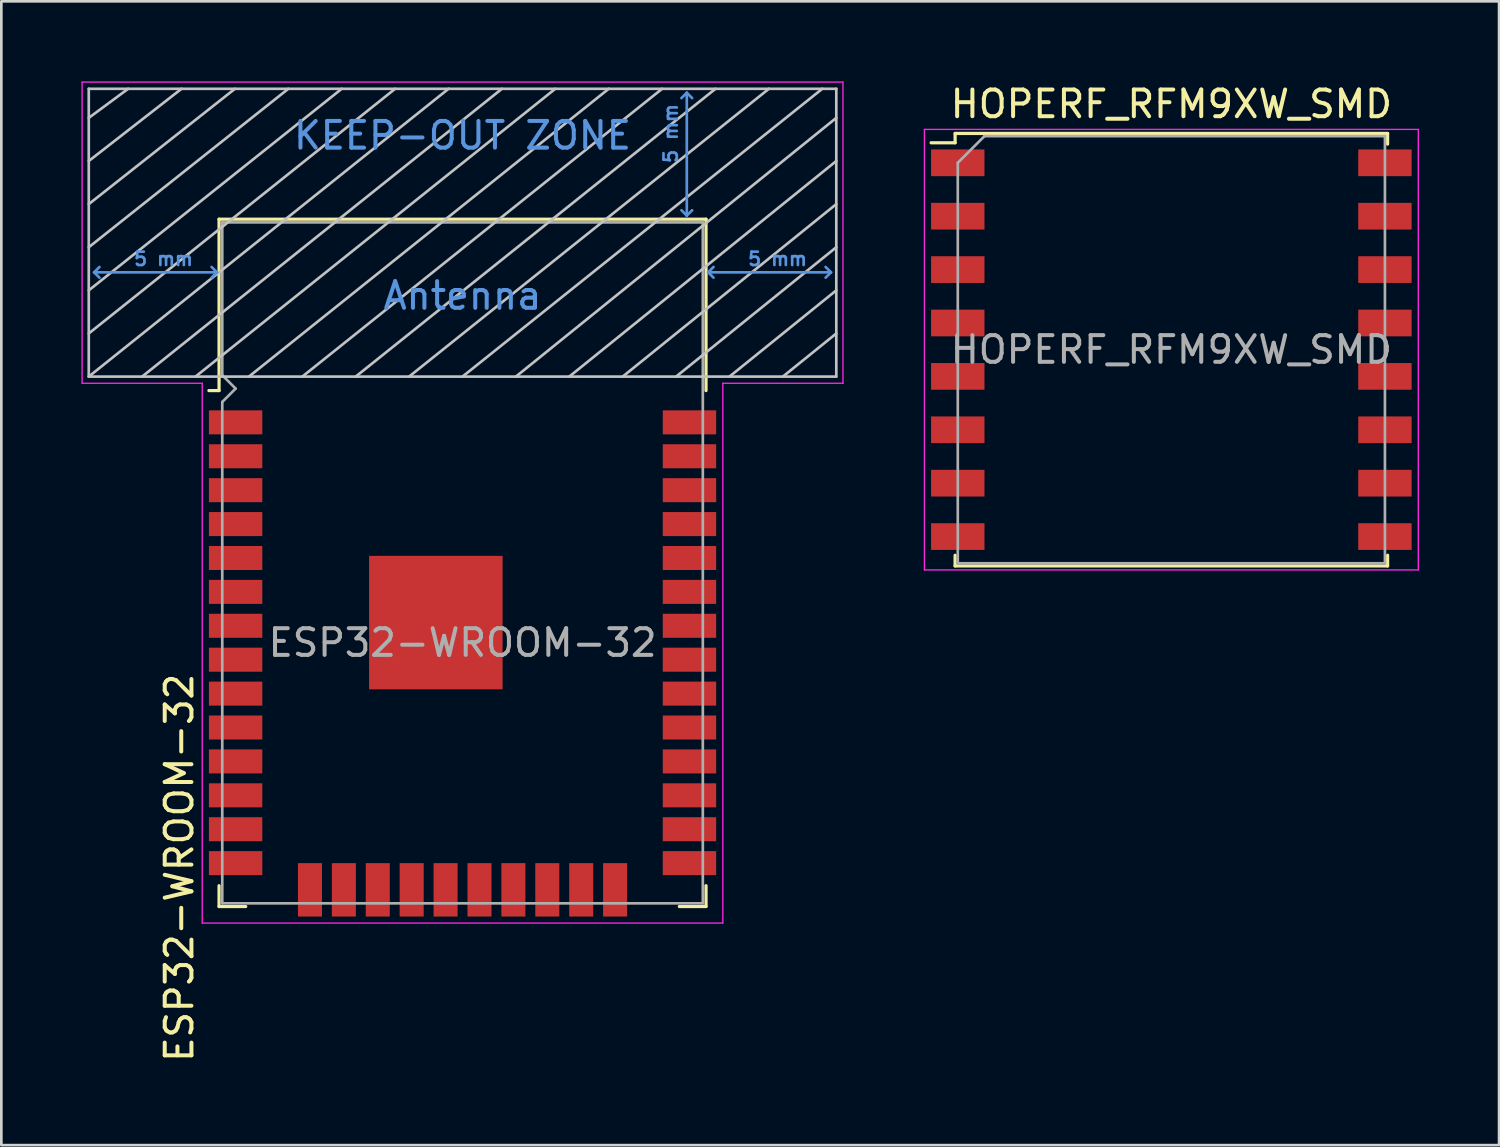
<source format=kicad_pcb>
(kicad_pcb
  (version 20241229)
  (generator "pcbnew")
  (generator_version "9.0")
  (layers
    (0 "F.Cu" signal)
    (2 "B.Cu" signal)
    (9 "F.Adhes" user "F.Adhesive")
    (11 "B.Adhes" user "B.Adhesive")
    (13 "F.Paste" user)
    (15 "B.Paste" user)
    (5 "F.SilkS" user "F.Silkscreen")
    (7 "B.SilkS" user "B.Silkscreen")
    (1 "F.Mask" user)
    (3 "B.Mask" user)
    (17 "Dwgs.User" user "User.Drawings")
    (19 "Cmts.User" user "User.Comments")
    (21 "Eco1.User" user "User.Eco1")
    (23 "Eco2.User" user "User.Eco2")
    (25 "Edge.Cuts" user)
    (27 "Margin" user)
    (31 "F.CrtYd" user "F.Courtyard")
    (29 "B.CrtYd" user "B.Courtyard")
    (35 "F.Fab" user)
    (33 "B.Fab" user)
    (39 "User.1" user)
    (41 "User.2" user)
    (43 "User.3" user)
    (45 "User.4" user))
  (footprint "ESP32-WROOM-32"
    (layer "F.Cu")
    (at 14.275 21.025)
    (property "Reference" "ESP32-WROOM-32" (at -10.61 8.43 90) (layer "F.SilkS") (effects (font (size 1 1) (thickness 0.15))))
    (attr smd)
    (fp_line (start -9.12 -15.865) (end -9.12 -9.445) (stroke (width 0.12) (type solid)) (layer "F.SilkS"))
    (fp_line (start -9.12 -15.865) (end 9.12 -15.865) (stroke (width 0.12) (type solid)) (layer "F.SilkS"))
    (fp_line (start -9.12 -9.445) (end -9.5 -9.445) (stroke (width 0.12) (type solid)) (layer "F.SilkS"))
    (fp_line (start -9.12 9.1) (end -9.12 9.88) (stroke (width 0.12) (type solid)) (layer "F.SilkS"))
    (fp_line (start -9.12 9.88) (end -8.12 9.88) (stroke (width 0.12) (type solid)) (layer "F.SilkS"))
    (fp_line (start 9.12 -15.865) (end 9.12 -9.445) (stroke (width 0.12) (type solid)) (layer "F.SilkS"))
    (fp_line (start 9.12 9.1) (end 9.12 9.88) (stroke (width 0.12) (type solid)) (layer "F.SilkS"))
    (fp_line (start 9.12 9.88) (end 8.12 9.88) (stroke (width 0.12) (type solid)) (layer "F.SilkS"))
    (fp_line (start -14 -9.97) (end -14 -20.75) (stroke (width 0.1) (type solid)) (layer "Dwgs.User"))
    (fp_line (start -12.525 -20.75) (end -14 -19.66) (stroke (width 0.1) (type solid)) (layer "Dwgs.User"))
    (fp_line (start -10.525 -20.75) (end -14 -18.045) (stroke (width 0.1) (type solid)) (layer "Dwgs.User"))
    (fp_line (start -8.525 -20.75) (end -14 -16.43) (stroke (width 0.1) (type solid)) (layer "Dwgs.User"))
    (fp_line (start -8 -9.97) (end 5.475 -20.75) (stroke (width 0.1) (type solid)) (layer "Dwgs.User"))
    (fp_line (start -6.525 -20.75) (end -14 -14.815) (stroke (width 0.1) (type solid)) (layer "Dwgs.User"))
    (fp_line (start -4.525 -20.75) (end -14 -13.2) (stroke (width 0.1) (type solid)) (layer "Dwgs.User"))
    (fp_line (start -2.525 -20.75) (end -14 -11.585) (stroke (width 0.1) (type solid)) (layer "Dwgs.User"))
    (fp_line (start -0.525 -20.75) (end -14 -9.97) (stroke (width 0.1) (type solid)) (layer "Dwgs.User"))
    (fp_line (start 1.475 -20.75) (end -12 -9.97) (stroke (width 0.1) (type solid)) (layer "Dwgs.User"))
    (fp_line (start 3.475 -20.75) (end -10 -9.97) (stroke (width 0.1) (type solid)) (layer "Dwgs.User"))
    (fp_line (start 7.475 -20.75) (end -6 -9.97) (stroke (width 0.1) (type solid)) (layer "Dwgs.User"))
    (fp_line (start 9.475 -20.75) (end -4 -9.97) (stroke (width 0.1) (type solid)) (layer "Dwgs.User"))
    (fp_line (start 11.475 -20.75) (end -2 -9.97) (stroke (width 0.1) (type solid)) (layer "Dwgs.User"))
    (fp_line (start 13.475 -20.75) (end 0 -9.97) (stroke (width 0.1) (type solid)) (layer "Dwgs.User"))
    (fp_line (start 14 -20.75) (end -14 -20.75) (stroke (width 0.1) (type solid)) (layer "Dwgs.User"))
    (fp_line (start 14 -19.66) (end 2 -9.97) (stroke (width 0.1) (type solid)) (layer "Dwgs.User"))
    (fp_line (start 14 -18.045) (end 4 -9.97) (stroke (width 0.1) (type solid)) (layer "Dwgs.User"))
    (fp_line (start 14 -16.43) (end 6 -9.97) (stroke (width 0.1) (type solid)) (layer "Dwgs.User"))
    (fp_line (start 14 -14.815) (end 8 -9.97) (stroke (width 0.1) (type solid)) (layer "Dwgs.User"))
    (fp_line (start 14 -13.2) (end 10 -9.97) (stroke (width 0.1) (type solid)) (layer "Dwgs.User"))
    (fp_line (start 14 -11.585) (end 12 -9.97) (stroke (width 0.1) (type solid)) (layer "Dwgs.User"))
    (fp_line (start 14 -9.97) (end -14 -9.97) (stroke (width 0.1) (type solid)) (layer "Dwgs.User"))
    (fp_line (start 14 -9.97) (end 14 -20.75) (stroke (width 0.1) (type solid)) (layer "Dwgs.User"))
    (fp_line (start -13.8 -13.875) (end -13.6 -14.075) (stroke (width 0.1) (type solid)) (layer "Cmts.User"))
    (fp_line (start -13.8 -13.875) (end -13.6 -13.675) (stroke (width 0.1) (type solid)) (layer "Cmts.User"))
    (fp_line (start -13.8 -13.875) (end -9.2 -13.875) (stroke (width 0.1) (type solid)) (layer "Cmts.User"))
    (fp_line (start -9.2 -13.875) (end -9.4 -14.075) (stroke (width 0.1) (type solid)) (layer "Cmts.User"))
    (fp_line (start -9.2 -13.875) (end -9.4 -13.675) (stroke (width 0.1) (type solid)) (layer "Cmts.User"))
    (fp_line (start 8.4 -20.6) (end 8.2 -20.4) (stroke (width 0.1) (type solid)) (layer "Cmts.User"))
    (fp_line (start 8.4 -20.6) (end 8.6 -20.4) (stroke (width 0.1) (type solid)) (layer "Cmts.User"))
    (fp_line (start 8.4 -16) (end 8.2 -16.2) (stroke (width 0.1) (type solid)) (layer "Cmts.User"))
    (fp_line (start 8.4 -16) (end 8.4 -20.6) (stroke (width 0.1) (type solid)) (layer "Cmts.User"))
    (fp_line (start 8.4 -16) (end 8.6 -16.2) (stroke (width 0.1) (type solid)) (layer "Cmts.User"))
    (fp_line (start 9.2 -13.875) (end 9.4 -14.075) (stroke (width 0.1) (type solid)) (layer "Cmts.User"))
    (fp_line (start 9.2 -13.875) (end 9.4 -13.675) (stroke (width 0.1) (type solid)) (layer "Cmts.User"))
    (fp_line (start 9.2 -13.875) (end 13.8 -13.875) (stroke (width 0.1) (type solid)) (layer "Cmts.User"))
    (fp_line (start 13.8 -13.875) (end 13.6 -14.075) (stroke (width 0.1) (type solid)) (layer "Cmts.User"))
    (fp_line (start 13.8 -13.875) (end 13.6 -13.675) (stroke (width 0.1) (type solid)) (layer "Cmts.User"))
    (fp_line (start -14.25 -21) (end -14.25 -9.72) (stroke (width 0.05) (type solid)) (layer "F.CrtYd"))
    (fp_line (start -14.25 -21) (end 14.25 -21) (stroke (width 0.05) (type solid)) (layer "F.CrtYd"))
    (fp_line (start -14.25 -9.72) (end -9.75 -9.72) (stroke (width 0.05) (type solid)) (layer "F.CrtYd"))
    (fp_line (start -9.75 10.5) (end -9.75 -9.72) (stroke (width 0.05) (type solid)) (layer "F.CrtYd"))
    (fp_line (start -9.75 10.5) (end 9.75 10.5) (stroke (width 0.05) (type solid)) (layer "F.CrtYd"))
    (fp_line (start 9.75 -9.72) (end 9.75 10.5) (stroke (width 0.05) (type solid)) (layer "F.CrtYd"))
    (fp_line (start 9.75 -9.72) (end 14.25 -9.72) (stroke (width 0.05) (type solid)) (layer "F.CrtYd"))
    (fp_line (start 14.25 -21) (end 14.25 -9.72) (stroke (width 0.05) (type solid)) (layer "F.CrtYd"))
    (fp_line (start -9 -15.745) (end -9 -10.02) (stroke (width 0.1) (type solid)) (layer "F.Fab"))
    (fp_line (start -9 -15.745) (end 9 -15.745) (stroke (width 0.1) (type solid)) (layer "F.Fab"))
    (fp_line (start -9 -9.02) (end -9 9.76) (stroke (width 0.1) (type solid)) (layer "F.Fab"))
    (fp_line (start -9 -9.02) (end -8.5 -9.52) (stroke (width 0.1) (type solid)) (layer "F.Fab"))
    (fp_line (start -9 9.76) (end 9 9.76) (stroke (width 0.1) (type solid)) (layer "F.Fab"))
    (fp_line (start -8.5 -9.52) (end -9 -10.02) (stroke (width 0.1) (type solid)) (layer "F.Fab"))
    (fp_line (start 9 9.76) (end 9 -15.745) (stroke (width 0.1) (type solid)) (layer "F.Fab"))
    (fp_text user "Antenna" (at 0 -13 0) (layer "Cmts.User") (effects (font (size 1 1) (thickness 0.15))))
    (fp_text user "5 mm" (at 7.8 -19.075 90) (layer "Cmts.User") (effects (font (size 0.5 0.5) (thickness 0.1))))
    (fp_text user "KEEP-OUT ZONE" (at 0 -19 0) (layer "Cmts.User") (effects (font (size 1 1) (thickness 0.15))))
    (fp_text user "5 mm" (at -11.2 -14.375 0) (layer "Cmts.User") (effects (font (size 0.5 0.5) (thickness 0.1))))
    (fp_text user "5 mm" (at 11.8 -14.375 0) (layer "Cmts.User") (effects (font (size 0.5 0.5) (thickness 0.1))))
    (fp_text user "${REFERENCE}" (at 0 0 0) (layer "F.Fab") (effects (font (size 1 1) (thickness 0.15))))
    (pad "1" smd rect (at -8.5 -8.255) (size 2 0.9) (layers "F.Cu" "F.Mask" "F.Paste"))
    (pad "2" smd rect (at -8.5 -6.985) (size 2 0.9) (layers "F.Cu" "F.Mask" "F.Paste"))
    (pad "3" smd rect (at -8.5 -5.715) (size 2 0.9) (layers "F.Cu" "F.Mask" "F.Paste"))
    (pad "4" smd rect (at -8.5 -4.445) (size 2 0.9) (layers "F.Cu" "F.Mask" "F.Paste"))
    (pad "5" smd rect (at -8.5 -3.175) (size 2 0.9) (layers "F.Cu" "F.Mask" "F.Paste"))
    (pad "6" smd rect (at -8.5 -1.905) (size 2 0.9) (layers "F.Cu" "F.Mask" "F.Paste"))
    (pad "7" smd rect (at -8.5 -0.635) (size 2 0.9) (layers "F.Cu" "F.Mask" "F.Paste"))
    (pad "8" smd rect (at -8.5 0.635) (size 2 0.9) (layers "F.Cu" "F.Mask" "F.Paste"))
    (pad "9" smd rect (at -8.5 1.905) (size 2 0.9) (layers "F.Cu" "F.Mask" "F.Paste"))
    (pad "10" smd rect (at -8.5 3.175) (size 2 0.9) (layers "F.Cu" "F.Mask" "F.Paste"))
    (pad "11" smd rect (at -8.5 4.445) (size 2 0.9) (layers "F.Cu" "F.Mask" "F.Paste"))
    (pad "12" smd rect (at -8.5 5.715) (size 2 0.9) (layers "F.Cu" "F.Mask" "F.Paste"))
    (pad "13" smd rect (at -8.5 6.985) (size 2 0.9) (layers "F.Cu" "F.Mask" "F.Paste"))
    (pad "14" smd rect (at -8.5 8.255) (size 2 0.9) (layers "F.Cu" "F.Mask" "F.Paste"))
    (pad "15" smd rect (at -5.715 9.255 90) (size 2 0.9) (layers "F.Cu" "F.Mask" "F.Paste"))
    (pad "16" smd rect (at -4.445 9.255 90) (size 2 0.9) (layers "F.Cu" "F.Mask" "F.Paste"))
    (pad "17" smd rect (at -3.175 9.255 90) (size 2 0.9) (layers "F.Cu" "F.Mask" "F.Paste"))
    (pad "18" smd rect (at -1.905 9.255 90) (size 2 0.9) (layers "F.Cu" "F.Mask" "F.Paste"))
    (pad "19" smd rect (at -0.635 9.255 90) (size 2 0.9) (layers "F.Cu" "F.Mask" "F.Paste"))
    (pad "20" smd rect (at 0.635 9.255 90) (size 2 0.9) (layers "F.Cu" "F.Mask" "F.Paste"))
    (pad "21" smd rect (at 1.905 9.255 90) (size 2 0.9) (layers "F.Cu" "F.Mask" "F.Paste"))
    (pad "22" smd rect (at 3.175 9.255 90) (size 2 0.9) (layers "F.Cu" "F.Mask" "F.Paste"))
    (pad "23" smd rect (at 4.445 9.255 90) (size 2 0.9) (layers "F.Cu" "F.Mask" "F.Paste"))
    (pad "24" smd rect (at 5.715 9.255 90) (size 2 0.9) (layers "F.Cu" "F.Mask" "F.Paste"))
    (pad "25" smd rect (at 8.5 8.255) (size 2 0.9) (layers "F.Cu" "F.Mask" "F.Paste"))
    (pad "26" smd rect (at 8.5 6.985) (size 2 0.9) (layers "F.Cu" "F.Mask" "F.Paste"))
    (pad "27" smd rect (at 8.5 5.715) (size 2 0.9) (layers "F.Cu" "F.Mask" "F.Paste"))
    (pad "28" smd rect (at 8.5 4.445) (size 2 0.9) (layers "F.Cu" "F.Mask" "F.Paste"))
    (pad "29" smd rect (at 8.5 3.175) (size 2 0.9) (layers "F.Cu" "F.Mask" "F.Paste"))
    (pad "30" smd rect (at 8.5 1.905) (size 2 0.9) (layers "F.Cu" "F.Mask" "F.Paste"))
    (pad "31" smd rect (at 8.5 0.635) (size 2 0.9) (layers "F.Cu" "F.Mask" "F.Paste"))
    (pad "32" smd rect (at 8.5 -0.635) (size 2 0.9) (layers "F.Cu" "F.Mask" "F.Paste"))
    (pad "33" smd rect (at 8.5 -1.905) (size 2 0.9) (layers "F.Cu" "F.Mask" "F.Paste"))
    (pad "34" smd rect (at 8.5 -3.175) (size 2 0.9) (layers "F.Cu" "F.Mask" "F.Paste"))
    (pad "35" smd rect (at 8.5 -4.445) (size 2 0.9) (layers "F.Cu" "F.Mask" "F.Paste"))
    (pad "36" smd rect (at 8.5 -5.715) (size 2 0.9) (layers "F.Cu" "F.Mask" "F.Paste"))
    (pad "37" smd rect (at 8.5 -6.985) (size 2 0.9) (layers "F.Cu" "F.Mask" "F.Paste"))
    (pad "38" smd rect (at 8.5 -8.255) (size 2 0.9) (layers "F.Cu" "F.Mask" "F.Paste"))
    (pad "39" smd rect (at -1 -0.755) (size 5 5) (layers "F.Cu" "F.Mask" "F.Paste")))
  (footprint "HOPERF_RFM9XW_SMD"
    (layer "F.Cu")
    (at 40.825 10.048)
    (property "Reference" "HOPERF_RFM9XW_SMD" (at 0 -9.2 0) (layer "F.SilkS") (effects (font (size 1 1) (thickness 0.15))))
    (attr smd)
    (fp_line (start -8.1 -8.1) (end -8.1 -7.75) (stroke (width 0.12) (type solid)) (layer "F.SilkS"))
    (fp_line (start -8.1 -8.1) (end 8.1 -8.1) (stroke (width 0.12) (type solid)) (layer "F.SilkS"))
    (fp_line (start -8.1 -7.75) (end -9 -7.75) (stroke (width 0.12) (type solid)) (layer "F.SilkS"))
    (fp_line (start -8.1 7.7) (end -8.1 8.1) (stroke (width 0.12) (type solid)) (layer "F.SilkS"))
    (fp_line (start -8.1 8.1) (end 8.1 8.1) (stroke (width 0.12) (type solid)) (layer "F.SilkS"))
    (fp_line (start 8.1 -8.1) (end 8.1 -7.7) (stroke (width 0.12) (type solid)) (layer "F.SilkS"))
    (fp_line (start 8.1 8.1) (end 8.1 7.7) (stroke (width 0.12) (type solid)) (layer "F.SilkS"))
    (fp_line (start -9.25 -8.25) (end 9.25 -8.25) (stroke (width 0.05) (type solid)) (layer "F.CrtYd"))
    (fp_line (start -9.25 8.25) (end -9.25 -8.25) (stroke (width 0.05) (type solid)) (layer "F.CrtYd"))
    (fp_line (start -9.25 8.25) (end 9.25 8.25) (stroke (width 0.05) (type solid)) (layer "F.CrtYd"))
    (fp_line (start 9.25 -8.25) (end 9.25 8.25) (stroke (width 0.05) (type solid)) (layer "F.CrtYd"))
    (fp_line (start -8 8) (end -8 -7) (stroke (width 0.1) (type solid)) (layer "F.Fab"))
    (fp_line (start -8 8) (end 8 8) (stroke (width 0.1) (type solid)) (layer "F.Fab"))
    (fp_line (start -7 -8) (end -8 -7) (stroke (width 0.1) (type solid)) (layer "F.Fab"))
    (fp_line (start -7 -8) (end 8 -8) (stroke (width 0.1) (type solid)) (layer "F.Fab"))
    (fp_line (start 8 8) (end 8 -8) (stroke (width 0.1) (type solid)) (layer "F.Fab"))
    (fp_text user "${REFERENCE}" (at 0 0 0) (layer "F.Fab") (effects (font (size 1 1) (thickness 0.15))))
    (pad "1" smd rect (at -8 -7) (size 2 1) (layers "F.Cu" "F.Mask" "F.Paste"))
    (pad "2" smd rect (at -8 -5) (size 2 1) (layers "F.Cu" "F.Mask" "F.Paste"))
    (pad "3" smd rect (at -8 -3) (size 2 1) (layers "F.Cu" "F.Mask" "F.Paste"))
    (pad "4" smd rect (at -8 -1) (size 2 1) (layers "F.Cu" "F.Mask" "F.Paste"))
    (pad "5" smd rect (at -8 1) (size 2 1) (layers "F.Cu" "F.Mask" "F.Paste"))
    (pad "6" smd rect (at -8 3) (size 2 1) (layers "F.Cu" "F.Mask" "F.Paste"))
    (pad "7" smd rect (at -8 5) (size 2 1) (layers "F.Cu" "F.Mask" "F.Paste"))
    (pad "8" smd rect (at -8 7) (size 2 1) (layers "F.Cu" "F.Mask" "F.Paste"))
    (pad "9" smd rect (at 8 7) (size 2 1) (layers "F.Cu" "F.Mask" "F.Paste"))
    (pad "10" smd rect (at 8 5) (size 2 1) (layers "F.Cu" "F.Mask" "F.Paste"))
    (pad "11" smd rect (at 8 3) (size 2 1) (layers "F.Cu" "F.Mask" "F.Paste"))
    (pad "12" smd rect (at 8 1) (size 2 1) (layers "F.Cu" "F.Mask" "F.Paste"))
    (pad "13" smd rect (at 8 -1) (size 2 1) (layers "F.Cu" "F.Mask" "F.Paste"))
    (pad "14" smd rect (at 8 -3) (size 2 1) (layers "F.Cu" "F.Mask" "F.Paste"))
    (pad "15" smd rect (at 8 -5) (size 2 1) (layers "F.Cu" "F.Mask" "F.Paste"))
    (pad "16" smd rect (at 8 -7) (size 2 1) (layers "F.Cu" "F.Mask" "F.Paste")))
  (gr_rect
    (start -3 -3)
    (end 53.1 39.842)
    (stroke (width 0.1) (type default))
    (fill no)
    (layer "Edge.Cuts")))
</source>
